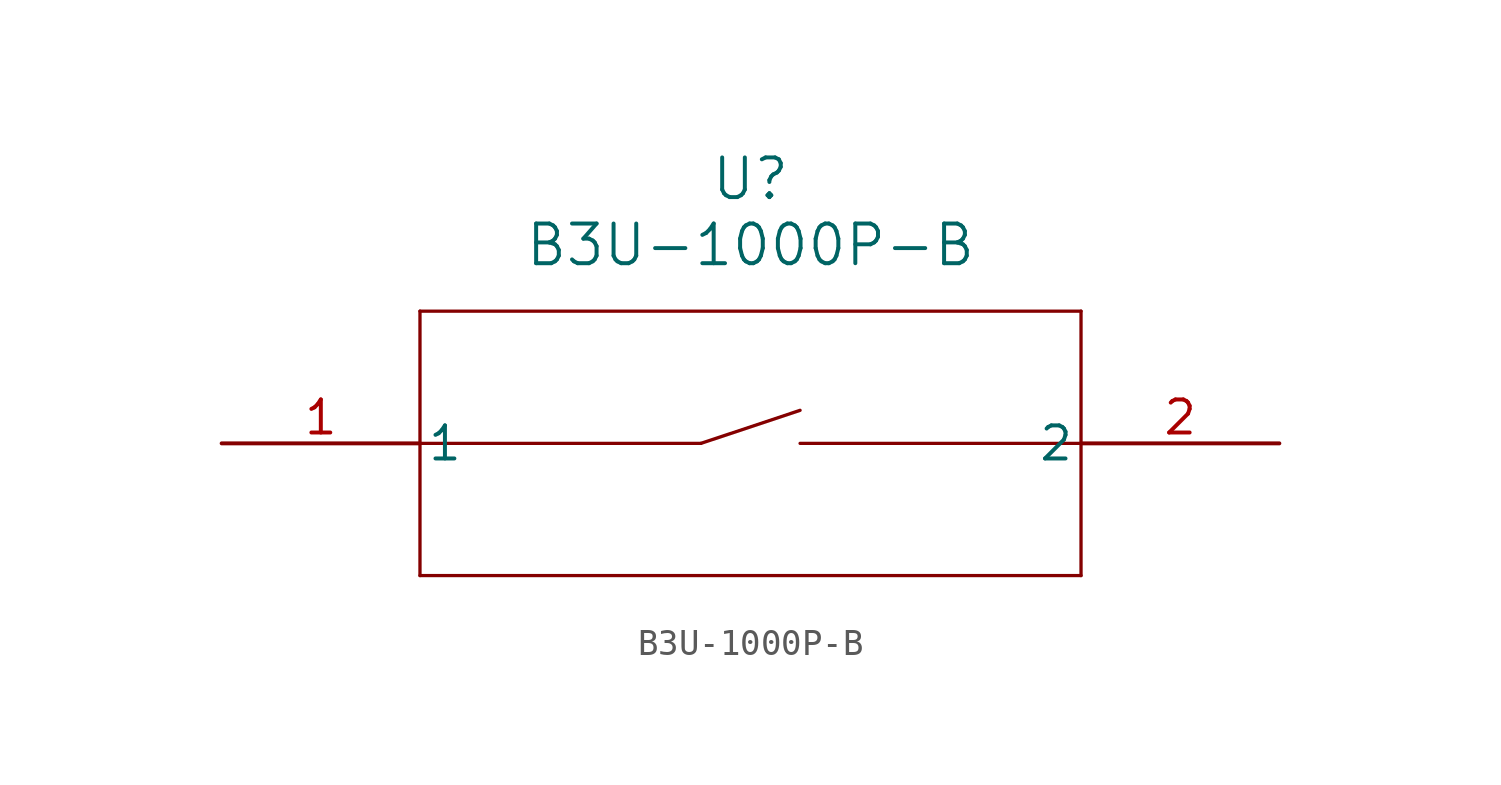
<source format=kicad_sym>
(kicad_symbol_lib
  (version 20211014)
  (generator kicad_symbol_editor)
  (symbol "B3U-1000P-B"
    (pin_names
      (offset 0.254))
    (property "Reference" "U"
      (at 20.32 10.16 0)
      (effects (font (size 1.524 1.524))))
    (property "Value" "B3U-1000P-B"
      (at 20.32 7.62 0)
      (effects (font (size 1.524 1.524))))
    (symbol "B3U-1000P-B_0_1"
      (polyline (pts (xy 7.62 5.08) (xy 7.62 -5.08)) (stroke (width 0.127) (type default) (color 0 0 0 0)) (fill (type none)))
      (polyline (pts (xy 7.62 -5.08) (xy 33.02 -5.08)) (stroke (width 0.127) (type default) (color 0 0 0 0)) (fill (type none)))
      (polyline (pts (xy 33.02 -5.08) (xy 33.02 5.08)) (stroke (width 0.127) (type default) (color 0 0 0 0)) (fill (type none)))
      (polyline (pts (xy 33.02 5.08) (xy 7.62 5.08)) (stroke (width 0.127) (type default) (color 0 0 0 0)) (fill (type none)))
      (polyline (pts (xy 22.225 0) (xy 33.02 0)) (stroke (width 0.127) (type default) (color 0 0 0 0)) (fill (type none)))
      (polyline (pts (xy 18.415 0) (xy 7.62 0)) (stroke (width 0.127) (type default) (color 0 0 0 0)) (fill (type none)))
      (polyline (pts (xy 18.415 0) (xy 22.225 1.27)) (stroke (width 0.127) (type default) (color 0 0 0 0)) (fill (type none)))
      (pin unspecified line (at 0 0 0) (length 7.62) (name "1" (effects (font (size 1.27 1.27)))) (number "1" (effects (font (size 1.27 1.27)))))
      (pin unspecified line (at 40.64 0 180) (length 7.62) (name "2" (effects (font (size 1.27 1.27)))) (number "2" (effects (font (size 1.27 1.27))))))))
</source>
